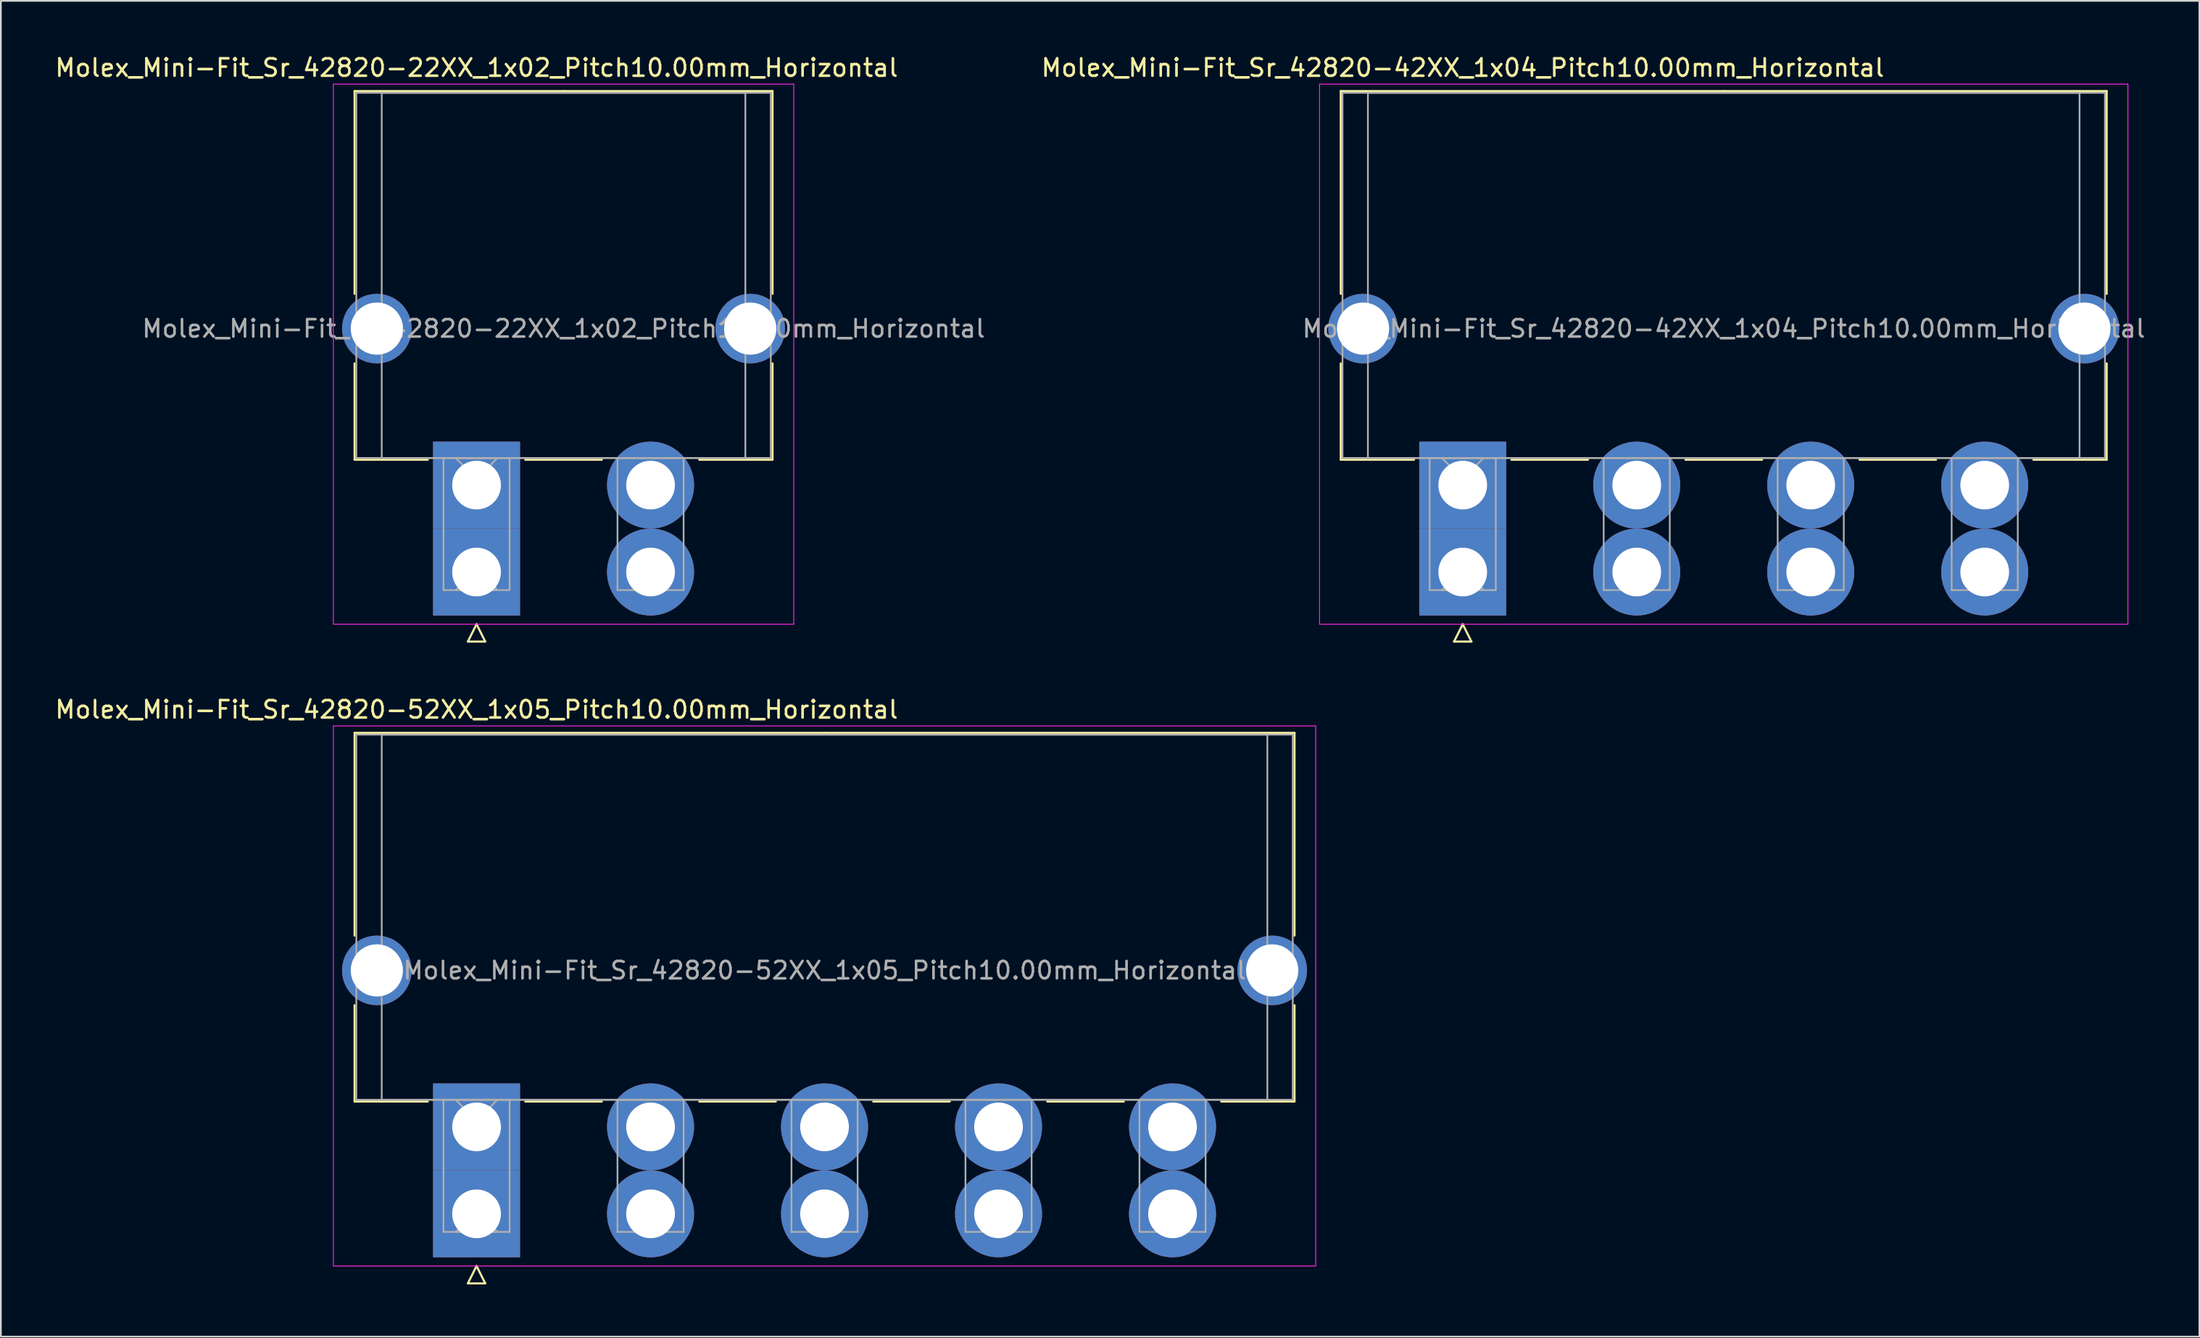
<source format=kicad_pcb>
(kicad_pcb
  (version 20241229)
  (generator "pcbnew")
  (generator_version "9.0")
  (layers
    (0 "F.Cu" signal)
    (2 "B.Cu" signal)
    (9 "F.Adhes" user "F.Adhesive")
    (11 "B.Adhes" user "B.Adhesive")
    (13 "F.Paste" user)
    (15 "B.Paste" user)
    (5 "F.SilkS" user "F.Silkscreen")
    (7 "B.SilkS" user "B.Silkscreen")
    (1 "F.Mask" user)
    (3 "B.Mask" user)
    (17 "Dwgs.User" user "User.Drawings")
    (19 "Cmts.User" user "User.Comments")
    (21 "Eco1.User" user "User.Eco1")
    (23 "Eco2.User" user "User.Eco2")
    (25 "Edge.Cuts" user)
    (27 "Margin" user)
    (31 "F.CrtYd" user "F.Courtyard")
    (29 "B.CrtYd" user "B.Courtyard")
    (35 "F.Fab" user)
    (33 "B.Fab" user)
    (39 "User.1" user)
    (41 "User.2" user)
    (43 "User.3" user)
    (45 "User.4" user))
  (footprint "Molex_Mini-Fit_Sr_42820-52XX_1x05_Pitch10.00mm_Horizontal"
    (layer "F.Cu")
    (at 24.339 61.757)
    (property "Reference" "Molex_Mini-Fit_Sr_42820-52XX_1x05_Pitch10.00mm_Horizontal" (at 0 -24 0) (layer "F.SilkS") (effects (font (size 1 1) (thickness 0.15))))
    (attr through_hole)
    (fp_line (start -7.01 -22.66) (end -7.01 -11) (stroke (width 0.12) (type solid)) (layer "F.SilkS"))
    (fp_line (start -7.01 -7) (end -7.01 -1.46) (stroke (width 0.12) (type solid)) (layer "F.SilkS"))
    (fp_line (start -7.01 -1.46) (end -2.8 -1.46) (stroke (width 0.12) (type solid)) (layer "F.SilkS"))
    (fp_line (start -0.5 9) (end 0 8) (stroke (width 0.12) (type solid)) (layer "F.SilkS"))
    (fp_line (start 0 8) (end 0.5 9) (stroke (width 0.12) (type solid)) (layer "F.SilkS"))
    (fp_line (start 0.5 9) (end -0.5 9) (stroke (width 0.12) (type solid)) (layer "F.SilkS"))
    (fp_line (start 2.8 -1.46) (end 7.2 -1.46) (stroke (width 0.12) (type solid)) (layer "F.SilkS"))
    (fp_line (start 12.8 -1.46) (end 17.2 -1.46) (stroke (width 0.12) (type solid)) (layer "F.SilkS"))
    (fp_line (start 20 -22.66) (end -7.01 -22.66) (stroke (width 0.12) (type solid)) (layer "F.SilkS"))
    (fp_line (start 20 -22.66) (end 47.01 -22.66) (stroke (width 0.12) (type solid)) (layer "F.SilkS"))
    (fp_line (start 22.8 -1.46) (end 27.2 -1.46) (stroke (width 0.12) (type solid)) (layer "F.SilkS"))
    (fp_line (start 32.8 -1.46) (end 37.2 -1.46) (stroke (width 0.12) (type solid)) (layer "F.SilkS"))
    (fp_line (start 47.01 -22.66) (end 47.01 -11) (stroke (width 0.12) (type solid)) (layer "F.SilkS"))
    (fp_line (start 47.01 -7) (end 47.01 -1.46) (stroke (width 0.12) (type solid)) (layer "F.SilkS"))
    (fp_line (start 47.01 -1.46) (end 42.8 -1.46) (stroke (width 0.12) (type solid)) (layer "F.SilkS"))
    (fp_line (start -8.23 -23.06) (end -8.23 8) (stroke (width 0.05) (type solid)) (layer "F.CrtYd"))
    (fp_line (start -8.23 8) (end 48.23 8) (stroke (width 0.05) (type solid)) (layer "F.CrtYd"))
    (fp_line (start 48.23 -23.06) (end -8.23 -23.06) (stroke (width 0.05) (type solid)) (layer "F.CrtYd"))
    (fp_line (start 48.23 8) (end 48.23 -23.06) (stroke (width 0.05) (type solid)) (layer "F.CrtYd"))
    (fp_line (start -6.91 -22.56) (end -6.91 -1.56) (stroke (width 0.1) (type solid)) (layer "F.Fab"))
    (fp_line (start -6.91 -1.56) (end 46.91 -1.56) (stroke (width 0.1) (type solid)) (layer "F.Fab"))
    (fp_line (start -5.45 -22.56) (end -5.45 -1.56) (stroke (width 0.1) (type solid)) (layer "F.Fab"))
    (fp_line (start -5.45 -1.56) (end 45.45 -1.56) (stroke (width 0.1) (type solid)) (layer "F.Fab"))
    (fp_line (start -1.9 -1.56) (end -1.9 6.04) (stroke (width 0.1) (type solid)) (layer "F.Fab"))
    (fp_line (start -1.9 6.04) (end 1.9 6.04) (stroke (width 0.1) (type solid)) (layer "F.Fab"))
    (fp_line (start -1.2 -1.56) (end 0 -0.36) (stroke (width 0.1) (type solid)) (layer "F.Fab"))
    (fp_line (start -1.2 6.04) (end 0 4.84) (stroke (width 0.1) (type solid)) (layer "F.Fab"))
    (fp_line (start 0 -0.36) (end 1.2 -1.56) (stroke (width 0.1) (type solid)) (layer "F.Fab"))
    (fp_line (start 0 4.84) (end 1.2 6.04) (stroke (width 0.1) (type solid)) (layer "F.Fab"))
    (fp_line (start 1.2 -1.56) (end -1.2 -1.56) (stroke (width 0.1) (type solid)) (layer "F.Fab"))
    (fp_line (start 1.2 6.04) (end -1.2 6.04) (stroke (width 0.1) (type solid)) (layer "F.Fab"))
    (fp_line (start 1.9 -1.56) (end -1.9 -1.56) (stroke (width 0.1) (type solid)) (layer "F.Fab"))
    (fp_line (start 1.9 6.04) (end 1.9 -1.56) (stroke (width 0.1) (type solid)) (layer "F.Fab"))
    (fp_line (start 8.1 -1.56) (end 8.1 6.04) (stroke (width 0.1) (type solid)) (layer "F.Fab"))
    (fp_line (start 8.1 6.04) (end 11.9 6.04) (stroke (width 0.1) (type solid)) (layer "F.Fab"))
    (fp_line (start 11.9 -1.56) (end 8.1 -1.56) (stroke (width 0.1) (type solid)) (layer "F.Fab"))
    (fp_line (start 11.9 6.04) (end 11.9 -1.56) (stroke (width 0.1) (type solid)) (layer "F.Fab"))
    (fp_line (start 18.1 -1.56) (end 18.1 6.04) (stroke (width 0.1) (type solid)) (layer "F.Fab"))
    (fp_line (start 18.1 6.04) (end 21.9 6.04) (stroke (width 0.1) (type solid)) (layer "F.Fab"))
    (fp_line (start 21.9 -1.56) (end 18.1 -1.56) (stroke (width 0.1) (type solid)) (layer "F.Fab"))
    (fp_line (start 21.9 6.04) (end 21.9 -1.56) (stroke (width 0.1) (type solid)) (layer "F.Fab"))
    (fp_line (start 28.1 -1.56) (end 28.1 6.04) (stroke (width 0.1) (type solid)) (layer "F.Fab"))
    (fp_line (start 28.1 6.04) (end 31.9 6.04) (stroke (width 0.1) (type solid)) (layer "F.Fab"))
    (fp_line (start 31.9 -1.56) (end 28.1 -1.56) (stroke (width 0.1) (type solid)) (layer "F.Fab"))
    (fp_line (start 31.9 6.04) (end 31.9 -1.56) (stroke (width 0.1) (type solid)) (layer "F.Fab"))
    (fp_line (start 38.1 -1.56) (end 38.1 6.04) (stroke (width 0.1) (type solid)) (layer "F.Fab"))
    (fp_line (start 38.1 6.04) (end 41.9 6.04) (stroke (width 0.1) (type solid)) (layer "F.Fab"))
    (fp_line (start 41.9 -1.56) (end 38.1 -1.56) (stroke (width 0.1) (type solid)) (layer "F.Fab"))
    (fp_line (start 41.9 6.04) (end 41.9 -1.56) (stroke (width 0.1) (type solid)) (layer "F.Fab"))
    (fp_line (start 45.45 -22.56) (end -5.45 -22.56) (stroke (width 0.1) (type solid)) (layer "F.Fab"))
    (fp_line (start 45.45 -1.56) (end 45.45 -22.56) (stroke (width 0.1) (type solid)) (layer "F.Fab"))
    (fp_line (start 46.91 -22.56) (end -6.91 -22.56) (stroke (width 0.1) (type solid)) (layer "F.Fab"))
    (fp_line (start 46.91 -1.56) (end 46.91 -22.56) (stroke (width 0.1) (type solid)) (layer "F.Fab"))
    (fp_text user "${REFERENCE}" (at 20 -9 0) (layer "F.Fab") (effects (font (size 1 1) (thickness 0.15))))
    (pad "" thru_hole circle (at -5.73 -9) (size 4 4) (drill 3) (layers "*.Cu" "*.Mask"))
    (pad "" thru_hole circle (at 45.73 -9) (size 4 4) (drill 3) (layers "*.Cu" "*.Mask"))
    (pad "1" thru_hole rect (at 0 0) (size 5 5) (drill 2.8) (layers "*.Cu" "*.Mask"))
    (pad "1" thru_hole rect (at 0 5) (size 5 5) (drill 2.8) (layers "*.Cu" "*.Mask"))
    (pad "2" thru_hole circle (at 10 0) (size 5 5) (drill 2.8) (layers "*.Cu" "*.Mask"))
    (pad "2" thru_hole circle (at 10 5) (size 5 5) (drill 2.8) (layers "*.Cu" "*.Mask"))
    (pad "3" thru_hole circle (at 20 0) (size 5 5) (drill 2.8) (layers "*.Cu" "*.Mask"))
    (pad "3" thru_hole circle (at 20 5) (size 5 5) (drill 2.8) (layers "*.Cu" "*.Mask"))
    (pad "4" thru_hole circle (at 30 0) (size 5 5) (drill 2.8) (layers "*.Cu" "*.Mask"))
    (pad "4" thru_hole circle (at 30 5) (size 5 5) (drill 2.8) (layers "*.Cu" "*.Mask"))
    (pad "5" thru_hole circle (at 40 0) (size 5 5) (drill 2.8) (layers "*.Cu" "*.Mask"))
    (pad "5" thru_hole circle (at 40 5) (size 5 5) (drill 2.8) (layers "*.Cu" "*.Mask")))
  (footprint "Molex_Mini-Fit_Sr_42820-22XX_1x02_Pitch10.00mm_Horizontal"
    (layer "F.Cu")
    (at 24.339 24.848)
    (property "Reference" "Molex_Mini-Fit_Sr_42820-22XX_1x02_Pitch10.00mm_Horizontal" (at 0 -24 0) (layer "F.SilkS") (effects (font (size 1 1) (thickness 0.15))))
    (attr through_hole)
    (fp_line (start -7.01 -22.66) (end -7.01 -11) (stroke (width 0.12) (type solid)) (layer "F.SilkS"))
    (fp_line (start -7.01 -7) (end -7.01 -1.46) (stroke (width 0.12) (type solid)) (layer "F.SilkS"))
    (fp_line (start -7.01 -1.46) (end -2.8 -1.46) (stroke (width 0.12) (type solid)) (layer "F.SilkS"))
    (fp_line (start -0.5 9) (end 0 8) (stroke (width 0.12) (type solid)) (layer "F.SilkS"))
    (fp_line (start 0 8) (end 0.5 9) (stroke (width 0.12) (type solid)) (layer "F.SilkS"))
    (fp_line (start 0.5 9) (end -0.5 9) (stroke (width 0.12) (type solid)) (layer "F.SilkS"))
    (fp_line (start 2.8 -1.46) (end 7.2 -1.46) (stroke (width 0.12) (type solid)) (layer "F.SilkS"))
    (fp_line (start 5 -22.66) (end -7.01 -22.66) (stroke (width 0.12) (type solid)) (layer "F.SilkS"))
    (fp_line (start 5 -22.66) (end 17.01 -22.66) (stroke (width 0.12) (type solid)) (layer "F.SilkS"))
    (fp_line (start 17.01 -22.66) (end 17.01 -11) (stroke (width 0.12) (type solid)) (layer "F.SilkS"))
    (fp_line (start 17.01 -7) (end 17.01 -1.46) (stroke (width 0.12) (type solid)) (layer "F.SilkS"))
    (fp_line (start 17.01 -1.46) (end 12.8 -1.46) (stroke (width 0.12) (type solid)) (layer "F.SilkS"))
    (fp_line (start -8.23 -23.06) (end -8.23 8) (stroke (width 0.05) (type solid)) (layer "F.CrtYd"))
    (fp_line (start -8.23 8) (end 18.23 8) (stroke (width 0.05) (type solid)) (layer "F.CrtYd"))
    (fp_line (start 18.23 -23.06) (end -8.23 -23.06) (stroke (width 0.05) (type solid)) (layer "F.CrtYd"))
    (fp_line (start 18.23 8) (end 18.23 -23.06) (stroke (width 0.05) (type solid)) (layer "F.CrtYd"))
    (fp_line (start -6.91 -22.56) (end -6.91 -1.56) (stroke (width 0.1) (type solid)) (layer "F.Fab"))
    (fp_line (start -6.91 -1.56) (end 16.91 -1.56) (stroke (width 0.1) (type solid)) (layer "F.Fab"))
    (fp_line (start -5.45 -22.56) (end -5.45 -1.56) (stroke (width 0.1) (type solid)) (layer "F.Fab"))
    (fp_line (start -5.45 -1.56) (end 15.45 -1.56) (stroke (width 0.1) (type solid)) (layer "F.Fab"))
    (fp_line (start -1.9 -1.56) (end -1.9 6.04) (stroke (width 0.1) (type solid)) (layer "F.Fab"))
    (fp_line (start -1.9 6.04) (end 1.9 6.04) (stroke (width 0.1) (type solid)) (layer "F.Fab"))
    (fp_line (start -1.2 -1.56) (end 0 -0.36) (stroke (width 0.1) (type solid)) (layer "F.Fab"))
    (fp_line (start -1.2 6.04) (end 0 4.84) (stroke (width 0.1) (type solid)) (layer "F.Fab"))
    (fp_line (start 0 -0.36) (end 1.2 -1.56) (stroke (width 0.1) (type solid)) (layer "F.Fab"))
    (fp_line (start 0 4.84) (end 1.2 6.04) (stroke (width 0.1) (type solid)) (layer "F.Fab"))
    (fp_line (start 1.2 -1.56) (end -1.2 -1.56) (stroke (width 0.1) (type solid)) (layer "F.Fab"))
    (fp_line (start 1.2 6.04) (end -1.2 6.04) (stroke (width 0.1) (type solid)) (layer "F.Fab"))
    (fp_line (start 1.9 -1.56) (end -1.9 -1.56) (stroke (width 0.1) (type solid)) (layer "F.Fab"))
    (fp_line (start 1.9 6.04) (end 1.9 -1.56) (stroke (width 0.1) (type solid)) (layer "F.Fab"))
    (fp_line (start 8.1 -1.56) (end 8.1 6.04) (stroke (width 0.1) (type solid)) (layer "F.Fab"))
    (fp_line (start 8.1 6.04) (end 11.9 6.04) (stroke (width 0.1) (type solid)) (layer "F.Fab"))
    (fp_line (start 11.9 -1.56) (end 8.1 -1.56) (stroke (width 0.1) (type solid)) (layer "F.Fab"))
    (fp_line (start 11.9 6.04) (end 11.9 -1.56) (stroke (width 0.1) (type solid)) (layer "F.Fab"))
    (fp_line (start 15.45 -22.56) (end -5.45 -22.56) (stroke (width 0.1) (type solid)) (layer "F.Fab"))
    (fp_line (start 15.45 -1.56) (end 15.45 -22.56) (stroke (width 0.1) (type solid)) (layer "F.Fab"))
    (fp_line (start 16.91 -22.56) (end -6.91 -22.56) (stroke (width 0.1) (type solid)) (layer "F.Fab"))
    (fp_line (start 16.91 -1.56) (end 16.91 -22.56) (stroke (width 0.1) (type solid)) (layer "F.Fab"))
    (fp_text user "${REFERENCE}" (at 5 -9 0) (layer "F.Fab") (effects (font (size 1 1) (thickness 0.15))))
    (pad "" thru_hole circle (at -5.73 -9) (size 4 4) (drill 3) (layers "*.Cu" "*.Mask"))
    (pad "" thru_hole circle (at 15.73 -9) (size 4 4) (drill 3) (layers "*.Cu" "*.Mask"))
    (pad "1" thru_hole rect (at 0 0) (size 5 5) (drill 2.8) (layers "*.Cu" "*.Mask"))
    (pad "1" thru_hole rect (at 0 5) (size 5 5) (drill 2.8) (layers "*.Cu" "*.Mask"))
    (pad "2" thru_hole circle (at 10 0) (size 5 5) (drill 2.8) (layers "*.Cu" "*.Mask"))
    (pad "2" thru_hole circle (at 10 5) (size 5 5) (drill 2.8) (layers "*.Cu" "*.Mask")))
  (footprint "Molex_Mini-Fit_Sr_42820-42XX_1x04_Pitch10.00mm_Horizontal"
    (layer "F.Cu")
    (at 81.018 24.848)
    (property "Reference" "Molex_Mini-Fit_Sr_42820-42XX_1x04_Pitch10.00mm_Horizontal" (at 0 -24 0) (layer "F.SilkS") (effects (font (size 1 1) (thickness 0.15))))
    (attr through_hole)
    (fp_line (start -7.01 -22.66) (end -7.01 -11) (stroke (width 0.12) (type solid)) (layer "F.SilkS"))
    (fp_line (start -7.01 -7) (end -7.01 -1.46) (stroke (width 0.12) (type solid)) (layer "F.SilkS"))
    (fp_line (start -7.01 -1.46) (end -2.8 -1.46) (stroke (width 0.12) (type solid)) (layer "F.SilkS"))
    (fp_line (start -0.5 9) (end 0 8) (stroke (width 0.12) (type solid)) (layer "F.SilkS"))
    (fp_line (start 0 8) (end 0.5 9) (stroke (width 0.12) (type solid)) (layer "F.SilkS"))
    (fp_line (start 0.5 9) (end -0.5 9) (stroke (width 0.12) (type solid)) (layer "F.SilkS"))
    (fp_line (start 2.8 -1.46) (end 7.2 -1.46) (stroke (width 0.12) (type solid)) (layer "F.SilkS"))
    (fp_line (start 12.8 -1.46) (end 17.2 -1.46) (stroke (width 0.12) (type solid)) (layer "F.SilkS"))
    (fp_line (start 15 -22.66) (end -7.01 -22.66) (stroke (width 0.12) (type solid)) (layer "F.SilkS"))
    (fp_line (start 15 -22.66) (end 37.01 -22.66) (stroke (width 0.12) (type solid)) (layer "F.SilkS"))
    (fp_line (start 22.8 -1.46) (end 27.2 -1.46) (stroke (width 0.12) (type solid)) (layer "F.SilkS"))
    (fp_line (start 37.01 -22.66) (end 37.01 -11) (stroke (width 0.12) (type solid)) (layer "F.SilkS"))
    (fp_line (start 37.01 -7) (end 37.01 -1.46) (stroke (width 0.12) (type solid)) (layer "F.SilkS"))
    (fp_line (start 37.01 -1.46) (end 32.8 -1.46) (stroke (width 0.12) (type solid)) (layer "F.SilkS"))
    (fp_line (start -8.23 -23.06) (end -8.23 8) (stroke (width 0.05) (type solid)) (layer "F.CrtYd"))
    (fp_line (start -8.23 8) (end 38.23 8) (stroke (width 0.05) (type solid)) (layer "F.CrtYd"))
    (fp_line (start 38.23 -23.06) (end -8.23 -23.06) (stroke (width 0.05) (type solid)) (layer "F.CrtYd"))
    (fp_line (start 38.23 8) (end 38.23 -23.06) (stroke (width 0.05) (type solid)) (layer "F.CrtYd"))
    (fp_line (start -6.91 -22.56) (end -6.91 -1.56) (stroke (width 0.1) (type solid)) (layer "F.Fab"))
    (fp_line (start -6.91 -1.56) (end 36.91 -1.56) (stroke (width 0.1) (type solid)) (layer "F.Fab"))
    (fp_line (start -5.45 -22.56) (end -5.45 -1.56) (stroke (width 0.1) (type solid)) (layer "F.Fab"))
    (fp_line (start -5.45 -1.56) (end 35.45 -1.56) (stroke (width 0.1) (type solid)) (layer "F.Fab"))
    (fp_line (start -1.9 -1.56) (end -1.9 6.04) (stroke (width 0.1) (type solid)) (layer "F.Fab"))
    (fp_line (start -1.9 6.04) (end 1.9 6.04) (stroke (width 0.1) (type solid)) (layer "F.Fab"))
    (fp_line (start -1.2 -1.56) (end 0 -0.36) (stroke (width 0.1) (type solid)) (layer "F.Fab"))
    (fp_line (start -1.2 6.04) (end 0 4.84) (stroke (width 0.1) (type solid)) (layer "F.Fab"))
    (fp_line (start 0 -0.36) (end 1.2 -1.56) (stroke (width 0.1) (type solid)) (layer "F.Fab"))
    (fp_line (start 0 4.84) (end 1.2 6.04) (stroke (width 0.1) (type solid)) (layer "F.Fab"))
    (fp_line (start 1.2 -1.56) (end -1.2 -1.56) (stroke (width 0.1) (type solid)) (layer "F.Fab"))
    (fp_line (start 1.2 6.04) (end -1.2 6.04) (stroke (width 0.1) (type solid)) (layer "F.Fab"))
    (fp_line (start 1.9 -1.56) (end -1.9 -1.56) (stroke (width 0.1) (type solid)) (layer "F.Fab"))
    (fp_line (start 1.9 6.04) (end 1.9 -1.56) (stroke (width 0.1) (type solid)) (layer "F.Fab"))
    (fp_line (start 8.1 -1.56) (end 8.1 6.04) (stroke (width 0.1) (type solid)) (layer "F.Fab"))
    (fp_line (start 8.1 6.04) (end 11.9 6.04) (stroke (width 0.1) (type solid)) (layer "F.Fab"))
    (fp_line (start 11.9 -1.56) (end 8.1 -1.56) (stroke (width 0.1) (type solid)) (layer "F.Fab"))
    (fp_line (start 11.9 6.04) (end 11.9 -1.56) (stroke (width 0.1) (type solid)) (layer "F.Fab"))
    (fp_line (start 18.1 -1.56) (end 18.1 6.04) (stroke (width 0.1) (type solid)) (layer "F.Fab"))
    (fp_line (start 18.1 6.04) (end 21.9 6.04) (stroke (width 0.1) (type solid)) (layer "F.Fab"))
    (fp_line (start 21.9 -1.56) (end 18.1 -1.56) (stroke (width 0.1) (type solid)) (layer "F.Fab"))
    (fp_line (start 21.9 6.04) (end 21.9 -1.56) (stroke (width 0.1) (type solid)) (layer "F.Fab"))
    (fp_line (start 28.1 -1.56) (end 28.1 6.04) (stroke (width 0.1) (type solid)) (layer "F.Fab"))
    (fp_line (start 28.1 6.04) (end 31.9 6.04) (stroke (width 0.1) (type solid)) (layer "F.Fab"))
    (fp_line (start 31.9 -1.56) (end 28.1 -1.56) (stroke (width 0.1) (type solid)) (layer "F.Fab"))
    (fp_line (start 31.9 6.04) (end 31.9 -1.56) (stroke (width 0.1) (type solid)) (layer "F.Fab"))
    (fp_line (start 35.45 -22.56) (end -5.45 -22.56) (stroke (width 0.1) (type solid)) (layer "F.Fab"))
    (fp_line (start 35.45 -1.56) (end 35.45 -22.56) (stroke (width 0.1) (type solid)) (layer "F.Fab"))
    (fp_line (start 36.91 -22.56) (end -6.91 -22.56) (stroke (width 0.1) (type solid)) (layer "F.Fab"))
    (fp_line (start 36.91 -1.56) (end 36.91 -22.56) (stroke (width 0.1) (type solid)) (layer "F.Fab"))
    (fp_text user "${REFERENCE}" (at 15 -9 0) (layer "F.Fab") (effects (font (size 1 1) (thickness 0.15))))
    (pad "" thru_hole circle (at -5.73 -9) (size 4 4) (drill 3) (layers "*.Cu" "*.Mask"))
    (pad "" thru_hole circle (at 35.73 -9) (size 4 4) (drill 3) (layers "*.Cu" "*.Mask"))
    (pad "1" thru_hole rect (at 0 0) (size 5 5) (drill 2.8) (layers "*.Cu" "*.Mask"))
    (pad "1" thru_hole rect (at 0 5) (size 5 5) (drill 2.8) (layers "*.Cu" "*.Mask"))
    (pad "2" thru_hole circle (at 10 0) (size 5 5) (drill 2.8) (layers "*.Cu" "*.Mask"))
    (pad "2" thru_hole circle (at 10 5) (size 5 5) (drill 2.8) (layers "*.Cu" "*.Mask"))
    (pad "3" thru_hole circle (at 20 0) (size 5 5) (drill 2.8) (layers "*.Cu" "*.Mask"))
    (pad "3" thru_hole circle (at 20 5) (size 5 5) (drill 2.8) (layers "*.Cu" "*.Mask"))
    (pad "4" thru_hole circle (at 30 0) (size 5 5) (drill 2.8) (layers "*.Cu" "*.Mask"))
    (pad "4" thru_hole circle (at 30 5) (size 5 5) (drill 2.8) (layers "*.Cu" "*.Mask")))
  (gr_rect
    (start -3 -3)
    (end 123.357 73.817)
    (stroke (width 0.1) (type default))
    (fill no)
    (layer "Edge.Cuts")))
</source>
